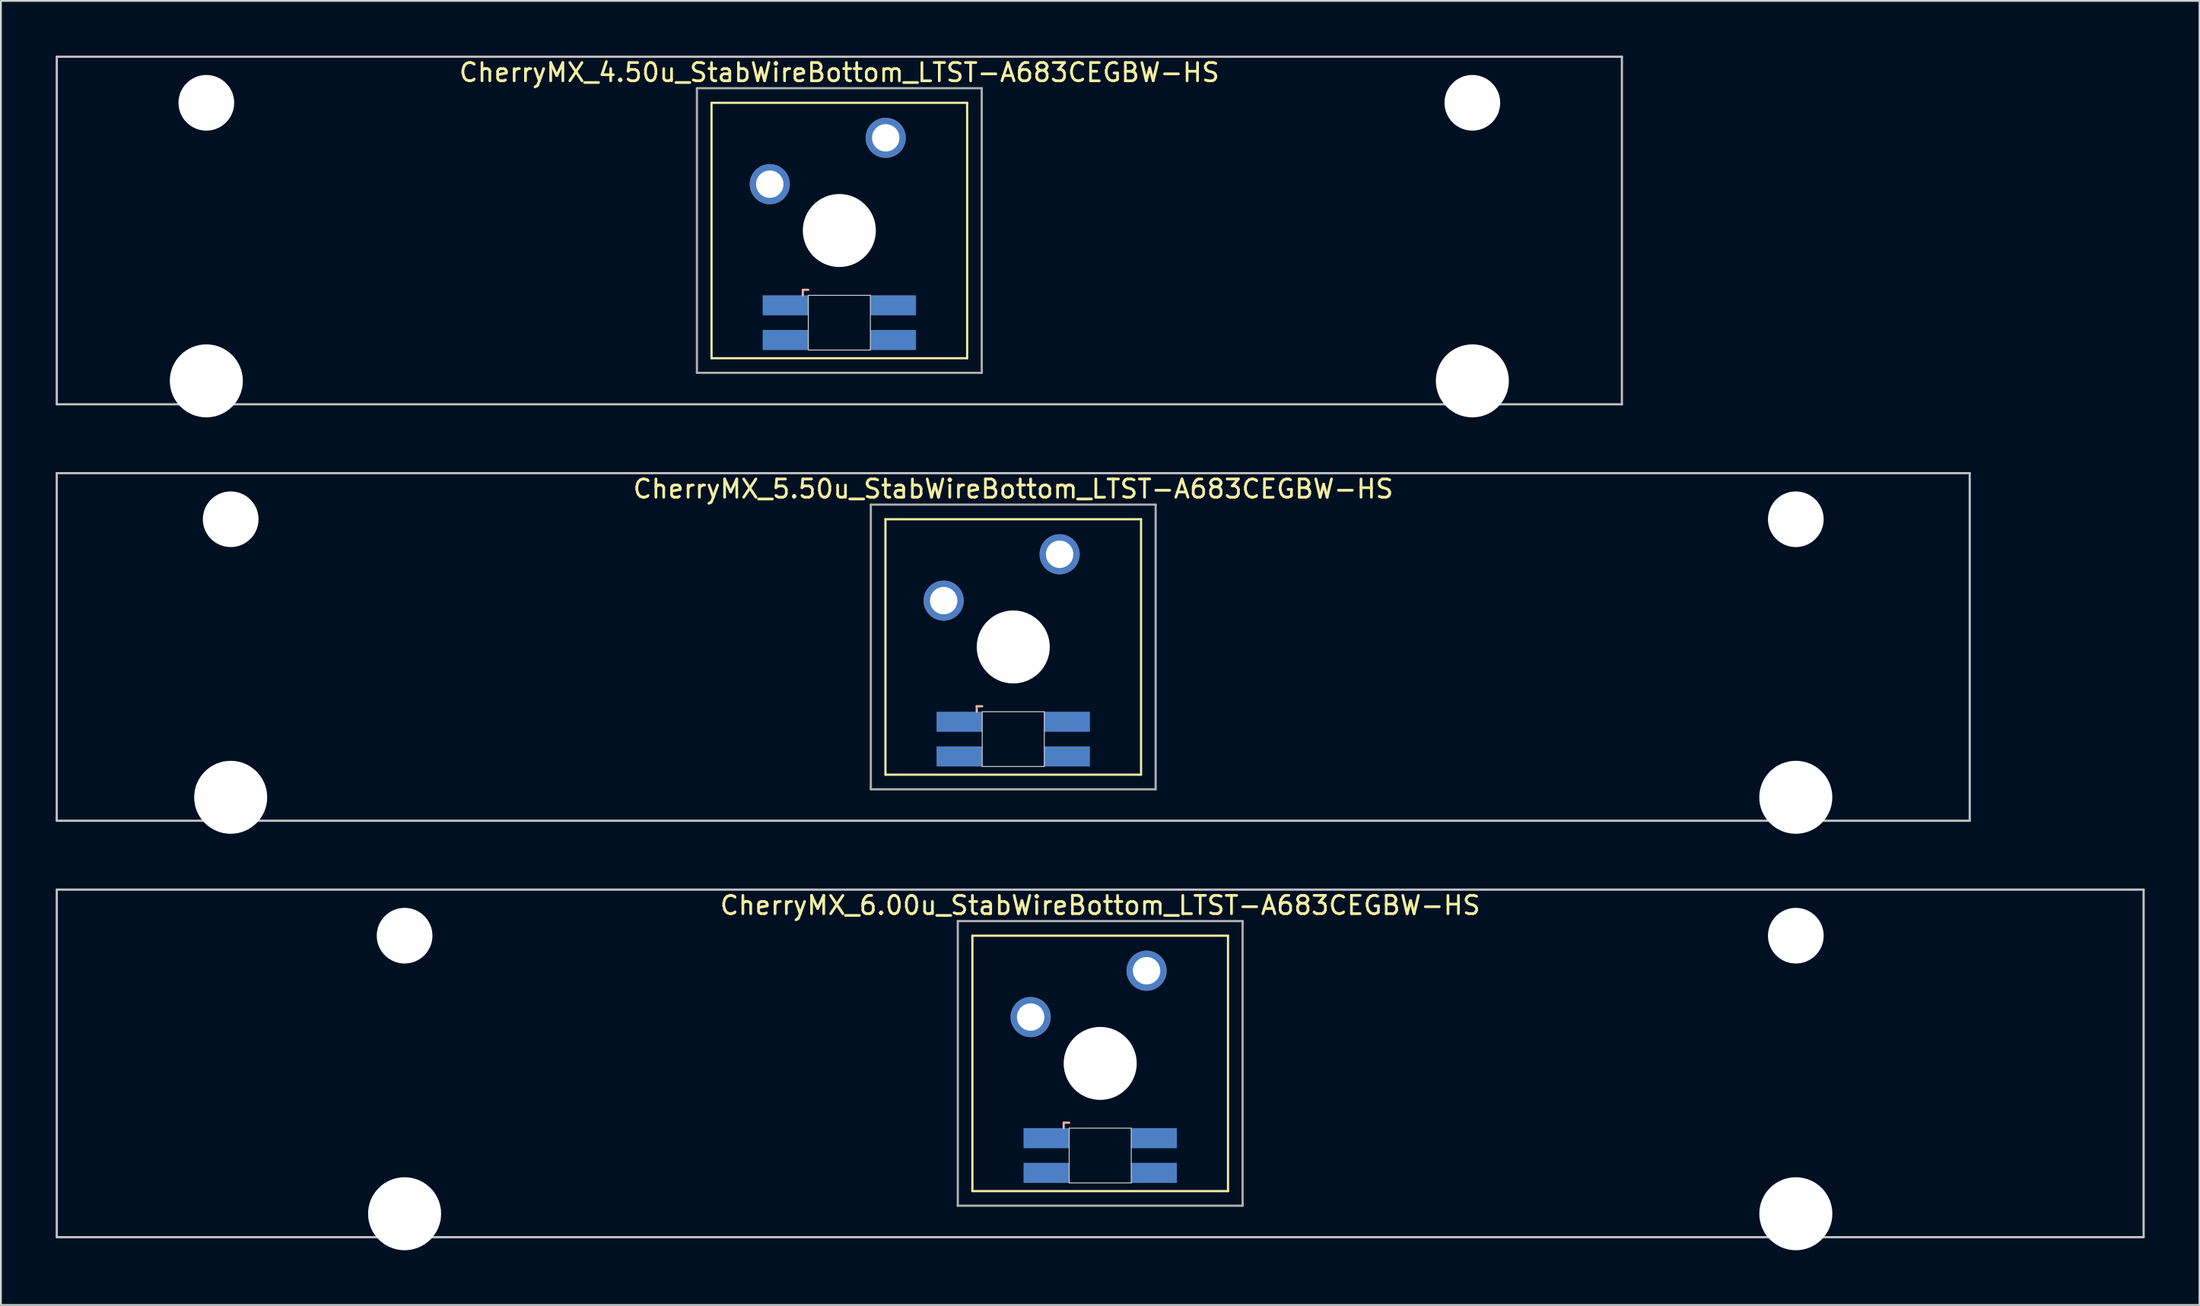
<source format=kicad_pcb>
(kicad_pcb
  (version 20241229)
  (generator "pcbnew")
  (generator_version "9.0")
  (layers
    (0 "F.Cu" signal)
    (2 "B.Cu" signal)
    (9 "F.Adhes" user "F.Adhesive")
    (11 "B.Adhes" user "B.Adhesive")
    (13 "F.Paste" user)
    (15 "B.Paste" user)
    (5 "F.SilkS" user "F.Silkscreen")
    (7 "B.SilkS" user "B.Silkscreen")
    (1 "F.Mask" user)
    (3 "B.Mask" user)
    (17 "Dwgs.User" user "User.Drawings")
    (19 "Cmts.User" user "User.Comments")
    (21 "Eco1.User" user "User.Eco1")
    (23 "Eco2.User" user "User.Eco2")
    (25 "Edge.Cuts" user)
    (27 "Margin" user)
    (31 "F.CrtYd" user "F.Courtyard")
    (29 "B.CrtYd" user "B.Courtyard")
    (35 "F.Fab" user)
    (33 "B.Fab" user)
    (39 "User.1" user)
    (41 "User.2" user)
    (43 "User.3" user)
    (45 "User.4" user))
  (footprint "CherryMX_6.00u_StabWireBottom_LTST-A683CEGBW-HS"
    (layer "F.Cu")
    (at 57.21 55.235)
    (property "Reference" "CherryMX_6.00u_StabWireBottom_LTST-A683CEGBW-HS" (at 0 -8.662 0) (layer "F.SilkS") (effects (font (size 1 1) (thickness 0.15))))
    (attr through_hole)
    (fp_line (start -7 -7) (end -7 7) (stroke (width 0.12) (type solid)) (layer "F.SilkS"))
    (fp_line (start -7 -7) (end 7 -7) (stroke (width 0.12) (type solid)) (layer "F.SilkS"))
    (fp_line (start 7 -7) (end 7 7) (stroke (width 0.12) (type solid)) (layer "F.SilkS"))
    (fp_line (start 7 7) (end -7 7) (stroke (width 0.12) (type solid)) (layer "F.SilkS"))
    (fp_line (start -2 3.25) (end -2 3.55) (stroke (width 0.12) (type solid)) (layer "B.SilkS"))
    (fp_line (start -1.7 3.25) (end -2 3.25) (stroke (width 0.12) (type solid)) (layer "B.SilkS"))
    (fp_line (start -57.15 -9.525) (end 57.15 -9.525) (stroke (width 0.12) (type solid)) (layer "Dwgs.User"))
    (fp_line (start -57.15 9.525) (end -57.15 -9.525) (stroke (width 0.12) (type solid)) (layer "Dwgs.User"))
    (fp_line (start 57.15 -9.525) (end 57.15 9.525) (stroke (width 0.12) (type solid)) (layer "Dwgs.User"))
    (fp_line (start 57.15 9.525) (end -57.15 9.525) (stroke (width 0.12) (type solid)) (layer "Dwgs.User"))
    (fp_line (start -1.7 3.55) (end 1.7 3.55) (stroke (width 0.05) (type solid)) (layer "Edge.Cuts"))
    (fp_line (start -1.7 6.55) (end -1.7 3.55) (stroke (width 0.05) (type solid)) (layer "Edge.Cuts"))
    (fp_line (start 1.7 3.55) (end 1.7 6.55) (stroke (width 0.05) (type solid)) (layer "Edge.Cuts"))
    (fp_line (start 1.7 6.55) (end -1.7 6.55) (stroke (width 0.05) (type solid)) (layer "Edge.Cuts"))
    (fp_line (start -7.8 -7.8) (end -7.8 7.8) (stroke (width 0.12) (type solid)) (layer "F.Fab"))
    (fp_line (start -7.8 -7.8) (end 7.8 -7.8) (stroke (width 0.12) (type solid)) (layer "F.Fab"))
    (fp_line (start -7.8 7.8) (end 7.8 7.8) (stroke (width 0.12) (type solid)) (layer "F.Fab"))
    (fp_line (start 7.8 -7.8) (end 7.8 7.8) (stroke (width 0.12) (type solid)) (layer "F.Fab"))
    (pad "" np_thru_hole circle (at -38.1 -7) (size 3.05 3.05) (drill 3.05) (layers "*.Cu" "*.Mask"))
    (pad "" np_thru_hole circle (at -38.1 8.24) (size 4 4) (drill 4) (layers "*.Cu" "*.Mask"))
    (pad "" np_thru_hole circle (at 0 0) (size 4 4) (drill 4) (layers "*.Cu" "*.Mask"))
    (pad "" np_thru_hole circle (at 38.1 -7) (size 3.05 3.05) (drill 3.05) (layers "*.Cu" "*.Mask"))
    (pad "" np_thru_hole circle (at 38.1 8.24) (size 4 4) (drill 4) (layers "*.Cu" "*.Mask"))
    (pad "1" thru_hole circle (at -3.81 -2.54) (size 2.2 2.2) (drill 1.5) (layers "*.Cu" "*.Mask"))
    (pad "2" thru_hole circle (at 2.54 -5.08) (size 2.2 2.2) (drill 1.5) (layers "*.Cu" "*.Mask"))
    (pad "3" smd rect (at -2.95 4.1) (size 2.5 1.1) (layers "B.Cu" "B.Mask" "B.Paste"))
    (pad "4" smd rect (at -2.95 6) (size 2.5 1.1) (layers "B.Cu" "B.Mask" "B.Paste"))
    (pad "5" smd rect (at 2.95 4.1) (size 2.5 1.1) (layers "B.Cu" "B.Mask" "B.Paste"))
    (pad "6" smd rect (at 2.95 6) (size 2.5 1.1) (layers "B.Cu" "B.Mask" "B.Paste")))
  (footprint "CherryMX_5.50u_StabWireBottom_LTST-A683CEGBW-HS"
    (layer "F.Cu")
    (at 52.447 32.41)
    (property "Reference" "CherryMX_5.50u_StabWireBottom_LTST-A683CEGBW-HS" (at 0 -8.662 0) (layer "F.SilkS") (effects (font (size 1 1) (thickness 0.15))))
    (attr through_hole)
    (fp_line (start -7 -7) (end -7 7) (stroke (width 0.12) (type solid)) (layer "F.SilkS"))
    (fp_line (start -7 -7) (end 7 -7) (stroke (width 0.12) (type solid)) (layer "F.SilkS"))
    (fp_line (start 7 -7) (end 7 7) (stroke (width 0.12) (type solid)) (layer "F.SilkS"))
    (fp_line (start 7 7) (end -7 7) (stroke (width 0.12) (type solid)) (layer "F.SilkS"))
    (fp_line (start -2 3.25) (end -2 3.55) (stroke (width 0.12) (type solid)) (layer "B.SilkS"))
    (fp_line (start -1.7 3.25) (end -2 3.25) (stroke (width 0.12) (type solid)) (layer "B.SilkS"))
    (fp_line (start -52.388 -9.525) (end 52.388 -9.525) (stroke (width 0.12) (type solid)) (layer "Dwgs.User"))
    (fp_line (start -52.388 9.525) (end -52.388 -9.525) (stroke (width 0.12) (type solid)) (layer "Dwgs.User"))
    (fp_line (start 52.388 -9.525) (end 52.388 9.525) (stroke (width 0.12) (type solid)) (layer "Dwgs.User"))
    (fp_line (start 52.388 9.525) (end -52.388 9.525) (stroke (width 0.12) (type solid)) (layer "Dwgs.User"))
    (fp_line (start -1.7 3.55) (end 1.7 3.55) (stroke (width 0.05) (type solid)) (layer "Edge.Cuts"))
    (fp_line (start -1.7 6.55) (end -1.7 3.55) (stroke (width 0.05) (type solid)) (layer "Edge.Cuts"))
    (fp_line (start 1.7 3.55) (end 1.7 6.55) (stroke (width 0.05) (type solid)) (layer "Edge.Cuts"))
    (fp_line (start 1.7 6.55) (end -1.7 6.55) (stroke (width 0.05) (type solid)) (layer "Edge.Cuts"))
    (fp_line (start -7.8 -7.8) (end -7.8 7.8) (stroke (width 0.12) (type solid)) (layer "F.Fab"))
    (fp_line (start -7.8 -7.8) (end 7.8 -7.8) (stroke (width 0.12) (type solid)) (layer "F.Fab"))
    (fp_line (start -7.8 7.8) (end 7.8 7.8) (stroke (width 0.12) (type solid)) (layer "F.Fab"))
    (fp_line (start 7.8 -7.8) (end 7.8 7.8) (stroke (width 0.12) (type solid)) (layer "F.Fab"))
    (pad "" np_thru_hole circle (at -42.862 -7) (size 3.05 3.05) (drill 3.05) (layers "*.Cu" "*.Mask"))
    (pad "" np_thru_hole circle (at -42.862 8.24) (size 4 4) (drill 4) (layers "*.Cu" "*.Mask"))
    (pad "" np_thru_hole circle (at 0 0) (size 4 4) (drill 4) (layers "*.Cu" "*.Mask"))
    (pad "" np_thru_hole circle (at 42.862 -7) (size 3.05 3.05) (drill 3.05) (layers "*.Cu" "*.Mask"))
    (pad "" np_thru_hole circle (at 42.862 8.24) (size 4 4) (drill 4) (layers "*.Cu" "*.Mask"))
    (pad "1" thru_hole circle (at -3.81 -2.54) (size 2.2 2.2) (drill 1.5) (layers "*.Cu" "*.Mask"))
    (pad "2" thru_hole circle (at 2.54 -5.08) (size 2.2 2.2) (drill 1.5) (layers "*.Cu" "*.Mask"))
    (pad "3" smd rect (at -2.95 4.1) (size 2.5 1.1) (layers "B.Cu" "B.Mask" "B.Paste"))
    (pad "4" smd rect (at -2.95 6) (size 2.5 1.1) (layers "B.Cu" "B.Mask" "B.Paste"))
    (pad "5" smd rect (at 2.95 4.1) (size 2.5 1.1) (layers "B.Cu" "B.Mask" "B.Paste"))
    (pad "6" smd rect (at 2.95 6) (size 2.5 1.1) (layers "B.Cu" "B.Mask" "B.Paste")))
  (footprint "CherryMX_4.50u_StabWireBottom_LTST-A683CEGBW-HS"
    (layer "F.Cu")
    (at 42.922 9.585)
    (property "Reference" "CherryMX_4.50u_StabWireBottom_LTST-A683CEGBW-HS" (at 0 -8.662 0) (layer "F.SilkS") (effects (font (size 1 1) (thickness 0.15))))
    (attr through_hole)
    (fp_line (start -7 -7) (end -7 7) (stroke (width 0.12) (type solid)) (layer "F.SilkS"))
    (fp_line (start -7 -7) (end 7 -7) (stroke (width 0.12) (type solid)) (layer "F.SilkS"))
    (fp_line (start 7 -7) (end 7 7) (stroke (width 0.12) (type solid)) (layer "F.SilkS"))
    (fp_line (start 7 7) (end -7 7) (stroke (width 0.12) (type solid)) (layer "F.SilkS"))
    (fp_line (start -2 3.25) (end -2 3.55) (stroke (width 0.12) (type solid)) (layer "B.SilkS"))
    (fp_line (start -1.7 3.25) (end -2 3.25) (stroke (width 0.12) (type solid)) (layer "B.SilkS"))
    (fp_line (start -42.862 -9.525) (end 42.862 -9.525) (stroke (width 0.12) (type solid)) (layer "Dwgs.User"))
    (fp_line (start -42.862 9.525) (end -42.862 -9.525) (stroke (width 0.12) (type solid)) (layer "Dwgs.User"))
    (fp_line (start 42.862 -9.525) (end 42.862 9.525) (stroke (width 0.12) (type solid)) (layer "Dwgs.User"))
    (fp_line (start 42.862 9.525) (end -42.862 9.525) (stroke (width 0.12) (type solid)) (layer "Dwgs.User"))
    (fp_line (start -1.7 3.55) (end 1.7 3.55) (stroke (width 0.05) (type solid)) (layer "Edge.Cuts"))
    (fp_line (start -1.7 6.55) (end -1.7 3.55) (stroke (width 0.05) (type solid)) (layer "Edge.Cuts"))
    (fp_line (start 1.7 3.55) (end 1.7 6.55) (stroke (width 0.05) (type solid)) (layer "Edge.Cuts"))
    (fp_line (start 1.7 6.55) (end -1.7 6.55) (stroke (width 0.05) (type solid)) (layer "Edge.Cuts"))
    (fp_line (start -7.8 -7.8) (end -7.8 7.8) (stroke (width 0.12) (type solid)) (layer "F.Fab"))
    (fp_line (start -7.8 -7.8) (end 7.8 -7.8) (stroke (width 0.12) (type solid)) (layer "F.Fab"))
    (fp_line (start -7.8 7.8) (end 7.8 7.8) (stroke (width 0.12) (type solid)) (layer "F.Fab"))
    (fp_line (start 7.8 -7.8) (end 7.8 7.8) (stroke (width 0.12) (type solid)) (layer "F.Fab"))
    (pad "" np_thru_hole circle (at -34.671 -7) (size 3.05 3.05) (drill 3.05) (layers "*.Cu" "*.Mask"))
    (pad "" np_thru_hole circle (at -34.671 8.24) (size 4 4) (drill 4) (layers "*.Cu" "*.Mask"))
    (pad "" np_thru_hole circle (at 0 0) (size 4 4) (drill 4) (layers "*.Cu" "*.Mask"))
    (pad "" np_thru_hole circle (at 34.671 -7) (size 3.05 3.05) (drill 3.05) (layers "*.Cu" "*.Mask"))
    (pad "" np_thru_hole circle (at 34.671 8.24) (size 4 4) (drill 4) (layers "*.Cu" "*.Mask"))
    (pad "1" thru_hole circle (at -3.81 -2.54) (size 2.2 2.2) (drill 1.5) (layers "*.Cu" "*.Mask"))
    (pad "2" thru_hole circle (at 2.54 -5.08) (size 2.2 2.2) (drill 1.5) (layers "*.Cu" "*.Mask"))
    (pad "3" smd rect (at -2.95 4.1) (size 2.5 1.1) (layers "B.Cu" "B.Mask" "B.Paste"))
    (pad "4" smd rect (at -2.95 6) (size 2.5 1.1) (layers "B.Cu" "B.Mask" "B.Paste"))
    (pad "5" smd rect (at 2.95 4.1) (size 2.5 1.1) (layers "B.Cu" "B.Mask" "B.Paste"))
    (pad "6" smd rect (at 2.95 6) (size 2.5 1.1) (layers "B.Cu" "B.Mask" "B.Paste")))
  (gr_rect
    (start -3 -3)
    (end 117.42 68.475)
    (stroke (width 0.1) (type default))
    (fill no)
    (layer "Edge.Cuts")))
</source>
